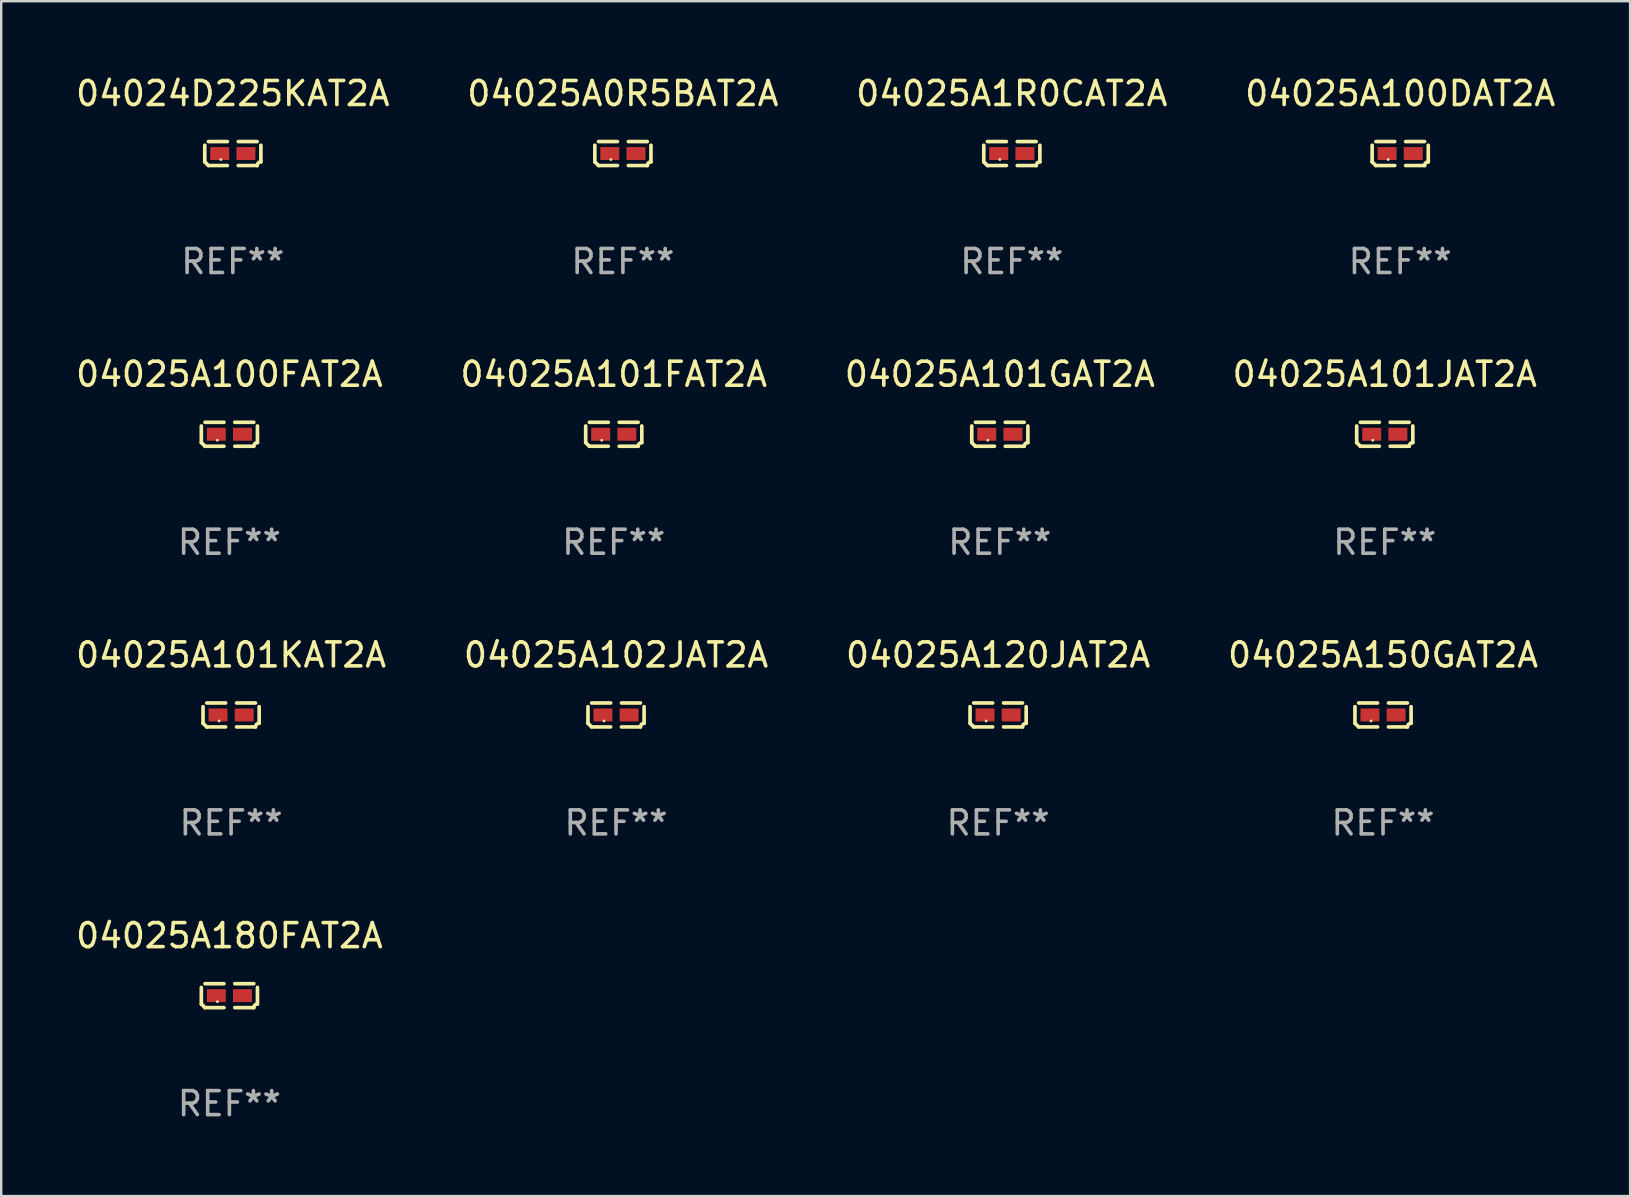
<source format=kicad_pcb>
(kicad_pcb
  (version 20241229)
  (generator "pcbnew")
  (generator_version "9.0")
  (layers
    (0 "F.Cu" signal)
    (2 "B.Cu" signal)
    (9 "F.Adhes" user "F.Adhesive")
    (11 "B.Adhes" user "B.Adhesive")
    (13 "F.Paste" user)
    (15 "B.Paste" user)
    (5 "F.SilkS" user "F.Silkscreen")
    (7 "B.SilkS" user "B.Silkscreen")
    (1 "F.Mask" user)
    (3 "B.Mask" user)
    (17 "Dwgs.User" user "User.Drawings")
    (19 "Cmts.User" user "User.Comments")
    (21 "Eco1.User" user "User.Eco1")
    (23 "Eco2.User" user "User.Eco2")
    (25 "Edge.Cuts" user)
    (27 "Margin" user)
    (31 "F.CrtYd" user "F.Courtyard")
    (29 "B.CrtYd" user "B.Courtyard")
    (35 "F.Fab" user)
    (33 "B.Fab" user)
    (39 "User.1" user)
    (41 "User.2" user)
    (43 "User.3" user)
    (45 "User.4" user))
  (footprint "04025A101JAT2A"
    (layer "F.Cu")
    (at 54.637 15.041)
    (property "Reference" "04025A101JAT2A" (at 0 -2.499 0) (layer "F.SilkS") (effects (font (size 1 1) (thickness 0.15))))
    (attr through_hole)
    (fp_line (start -1.169 0.346) (end -1.169 -0.346) (stroke (width 0.152) (type solid)) (layer "F.SilkS"))
    (fp_line (start -1.016 -0.499) (end -0.226 -0.499) (stroke (width 0.152) (type solid)) (layer "F.SilkS"))
    (fp_line (start -0.226 0.499) (end -1.016 0.499) (stroke (width 0.152) (type solid)) (layer "F.SilkS"))
    (fp_line (start 0.226 0.499) (end 1.016 0.499) (stroke (width 0.152) (type solid)) (layer "F.SilkS"))
    (fp_line (start 1.016 -0.499) (end 0.226 -0.499) (stroke (width 0.152) (type solid)) (layer "F.SilkS"))
    (fp_line (start 1.169 0.346) (end 1.169 -0.346) (stroke (width 0.152) (type solid)) (layer "F.SilkS"))
    (fp_arc (start -1.016307 0.498603) (mid -1.092512 0.422405) (end -1.16871 0.3462) (stroke (width 0.1524) (type solid)) (layer "F.SilkS"))
    (fp_arc (start 1.016307 0.498603) (mid 1.060899 0.390758) (end 1.168707 0.346076) (stroke (width 0.1524) (type solid)) (layer "F.SilkS"))
    (fp_circle (center -0.5 0.25) (end -0.47 0.25) (stroke (width 0.06) (type solid)) (fill no) (layer "F.SilkS"))
    (fp_text user "REF**" (at 0 4.499 0) (layer "F.Fab") (effects (font (size 1 1) (thickness 0.15))))
    (pad "1" smd rect (at -0.545 0) (size 0.79 0.54) (layers "F.Cu" "F.Mask" "F.Paste"))
    (pad "2" smd rect (at 0.545 0) (size 0.79 0.54) (layers "F.Cu" "F.Mask" "F.Paste")))
  (footprint "04025A1R0CAT2A"
    (layer "F.Cu")
    (at 39.101 3.347)
    (property "Reference" "04025A1R0CAT2A" (at 0 -2.499 0) (layer "F.SilkS") (effects (font (size 1 1) (thickness 0.15))))
    (attr through_hole)
    (fp_line (start -1.169 0.346) (end -1.169 -0.346) (stroke (width 0.152) (type solid)) (layer "F.SilkS"))
    (fp_line (start -1.016 -0.499) (end -0.226 -0.499) (stroke (width 0.152) (type solid)) (layer "F.SilkS"))
    (fp_line (start -0.226 0.499) (end -1.016 0.499) (stroke (width 0.152) (type solid)) (layer "F.SilkS"))
    (fp_line (start 0.226 0.499) (end 1.016 0.499) (stroke (width 0.152) (type solid)) (layer "F.SilkS"))
    (fp_line (start 1.016 -0.499) (end 0.226 -0.499) (stroke (width 0.152) (type solid)) (layer "F.SilkS"))
    (fp_line (start 1.169 0.346) (end 1.169 -0.346) (stroke (width 0.152) (type solid)) (layer "F.SilkS"))
    (fp_arc (start -1.016307 0.498603) (mid -1.092512 0.422405) (end -1.16871 0.3462) (stroke (width 0.1524) (type solid)) (layer "F.SilkS"))
    (fp_arc (start 1.016307 0.498603) (mid 1.060899 0.390758) (end 1.168707 0.346076) (stroke (width 0.1524) (type solid)) (layer "F.SilkS"))
    (fp_circle (center -0.5 0.25) (end -0.47 0.25) (stroke (width 0.06) (type solid)) (fill no) (layer "F.SilkS"))
    (fp_text user "REF**" (at 0 4.499 0) (layer "F.Fab") (effects (font (size 1 1) (thickness 0.15))))
    (pad "1" smd rect (at -0.545 0) (size 0.79 0.54) (layers "F.Cu" "F.Mask" "F.Paste"))
    (pad "2" smd rect (at 0.545 0) (size 0.79 0.54) (layers "F.Cu" "F.Mask" "F.Paste")))
  (footprint "04024D225KAT2A"
    (layer "F.Cu")
    (at 6.649 3.347)
    (property "Reference" "04024D225KAT2A" (at 0 -2.499 0) (layer "F.SilkS") (effects (font (size 1 1) (thickness 0.15))))
    (attr through_hole)
    (fp_line (start -1.169 0.346) (end -1.169 -0.346) (stroke (width 0.152) (type solid)) (layer "F.SilkS"))
    (fp_line (start -1.016 -0.499) (end -0.226 -0.499) (stroke (width 0.152) (type solid)) (layer "F.SilkS"))
    (fp_line (start -0.226 0.499) (end -1.016 0.499) (stroke (width 0.152) (type solid)) (layer "F.SilkS"))
    (fp_line (start 0.226 0.499) (end 1.016 0.499) (stroke (width 0.152) (type solid)) (layer "F.SilkS"))
    (fp_line (start 1.016 -0.499) (end 0.226 -0.499) (stroke (width 0.152) (type solid)) (layer "F.SilkS"))
    (fp_line (start 1.169 0.346) (end 1.169 -0.346) (stroke (width 0.152) (type solid)) (layer "F.SilkS"))
    (fp_arc (start -1.016307 0.498603) (mid -1.092512 0.422405) (end -1.16871 0.3462) (stroke (width 0.1524) (type solid)) (layer "F.SilkS"))
    (fp_arc (start 1.016307 0.498603) (mid 1.060899 0.390758) (end 1.168707 0.346076) (stroke (width 0.1524) (type solid)) (layer "F.SilkS"))
    (fp_circle (center -0.5 0.25) (end -0.47 0.25) (stroke (width 0.06) (type solid)) (fill no) (layer "F.SilkS"))
    (fp_text user "REF**" (at 0 4.499 0) (layer "F.Fab") (effects (font (size 1 1) (thickness 0.15))))
    (pad "1" smd rect (at -0.545 0) (size 0.79 0.54) (layers "F.Cu" "F.Mask" "F.Paste"))
    (pad "2" smd rect (at 0.545 0) (size 0.79 0.54) (layers "F.Cu" "F.Mask" "F.Paste")))
  (footprint "04025A120JAT2A"
    (layer "F.Cu")
    (at 38.53 26.734)
    (property "Reference" "04025A120JAT2A" (at 0 -2.499 0) (layer "F.SilkS") (effects (font (size 1 1) (thickness 0.15))))
    (attr through_hole)
    (fp_line (start -1.169 0.346) (end -1.169 -0.346) (stroke (width 0.152) (type solid)) (layer "F.SilkS"))
    (fp_line (start -1.016 -0.499) (end -0.226 -0.499) (stroke (width 0.152) (type solid)) (layer "F.SilkS"))
    (fp_line (start -0.226 0.499) (end -1.016 0.499) (stroke (width 0.152) (type solid)) (layer "F.SilkS"))
    (fp_line (start 0.226 0.499) (end 1.016 0.499) (stroke (width 0.152) (type solid)) (layer "F.SilkS"))
    (fp_line (start 1.016 -0.499) (end 0.226 -0.499) (stroke (width 0.152) (type solid)) (layer "F.SilkS"))
    (fp_line (start 1.169 0.346) (end 1.169 -0.346) (stroke (width 0.152) (type solid)) (layer "F.SilkS"))
    (fp_arc (start -1.016307 0.498603) (mid -1.092512 0.422405) (end -1.16871 0.3462) (stroke (width 0.1524) (type solid)) (layer "F.SilkS"))
    (fp_arc (start 1.016307 0.498603) (mid 1.060899 0.390758) (end 1.168707 0.346076) (stroke (width 0.1524) (type solid)) (layer "F.SilkS"))
    (fp_circle (center -0.5 0.25) (end -0.47 0.25) (stroke (width 0.06) (type solid)) (fill no) (layer "F.SilkS"))
    (fp_text user "REF**" (at 0 4.499 0) (layer "F.Fab") (effects (font (size 1 1) (thickness 0.15))))
    (pad "1" smd rect (at -0.545 0) (size 0.79 0.54) (layers "F.Cu" "F.Mask" "F.Paste"))
    (pad "2" smd rect (at 0.545 0) (size 0.79 0.54) (layers "F.Cu" "F.Mask" "F.Paste")))
  (footprint "04025A100FAT2A"
    (layer "F.Cu")
    (at 6.506 15.041)
    (property "Reference" "04025A100FAT2A" (at 0 -2.499 0) (layer "F.SilkS") (effects (font (size 1 1) (thickness 0.15))))
    (attr through_hole)
    (fp_line (start -1.169 0.346) (end -1.169 -0.346) (stroke (width 0.152) (type solid)) (layer "F.SilkS"))
    (fp_line (start -1.016 -0.499) (end -0.226 -0.499) (stroke (width 0.152) (type solid)) (layer "F.SilkS"))
    (fp_line (start -0.226 0.499) (end -1.016 0.499) (stroke (width 0.152) (type solid)) (layer "F.SilkS"))
    (fp_line (start 0.226 0.499) (end 1.016 0.499) (stroke (width 0.152) (type solid)) (layer "F.SilkS"))
    (fp_line (start 1.016 -0.499) (end 0.226 -0.499) (stroke (width 0.152) (type solid)) (layer "F.SilkS"))
    (fp_line (start 1.169 0.346) (end 1.169 -0.346) (stroke (width 0.152) (type solid)) (layer "F.SilkS"))
    (fp_arc (start -1.016307 0.498603) (mid -1.092512 0.422405) (end -1.16871 0.3462) (stroke (width 0.1524) (type solid)) (layer "F.SilkS"))
    (fp_arc (start 1.016307 0.498603) (mid 1.060899 0.390758) (end 1.168707 0.346076) (stroke (width 0.1524) (type solid)) (layer "F.SilkS"))
    (fp_circle (center -0.5 0.25) (end -0.47 0.25) (stroke (width 0.06) (type solid)) (fill no) (layer "F.SilkS"))
    (fp_text user "REF**" (at 0 4.499 0) (layer "F.Fab") (effects (font (size 1 1) (thickness 0.15))))
    (pad "1" smd rect (at -0.545 0) (size 0.79 0.54) (layers "F.Cu" "F.Mask" "F.Paste"))
    (pad "2" smd rect (at 0.545 0) (size 0.79 0.54) (layers "F.Cu" "F.Mask" "F.Paste")))
  (footprint "04025A101FAT2A"
    (layer "F.Cu")
    (at 22.518 15.041)
    (property "Reference" "04025A101FAT2A" (at 0 -2.499 0) (layer "F.SilkS") (effects (font (size 1 1) (thickness 0.15))))
    (attr through_hole)
    (fp_line (start -1.169 0.346) (end -1.169 -0.346) (stroke (width 0.152) (type solid)) (layer "F.SilkS"))
    (fp_line (start -1.016 -0.499) (end -0.226 -0.499) (stroke (width 0.152) (type solid)) (layer "F.SilkS"))
    (fp_line (start -0.226 0.499) (end -1.016 0.499) (stroke (width 0.152) (type solid)) (layer "F.SilkS"))
    (fp_line (start 0.226 0.499) (end 1.016 0.499) (stroke (width 0.152) (type solid)) (layer "F.SilkS"))
    (fp_line (start 1.016 -0.499) (end 0.226 -0.499) (stroke (width 0.152) (type solid)) (layer "F.SilkS"))
    (fp_line (start 1.169 0.346) (end 1.169 -0.346) (stroke (width 0.152) (type solid)) (layer "F.SilkS"))
    (fp_arc (start -1.016307 0.498603) (mid -1.092512 0.422405) (end -1.16871 0.3462) (stroke (width 0.1524) (type solid)) (layer "F.SilkS"))
    (fp_arc (start 1.016307 0.498603) (mid 1.060899 0.390758) (end 1.168707 0.346076) (stroke (width 0.1524) (type solid)) (layer "F.SilkS"))
    (fp_circle (center -0.5 0.25) (end -0.47 0.25) (stroke (width 0.06) (type solid)) (fill no) (layer "F.SilkS"))
    (fp_text user "REF**" (at 0 4.499 0) (layer "F.Fab") (effects (font (size 1 1) (thickness 0.15))))
    (pad "1" smd rect (at -0.545 0) (size 0.79 0.54) (layers "F.Cu" "F.Mask" "F.Paste"))
    (pad "2" smd rect (at 0.545 0) (size 0.79 0.54) (layers "F.Cu" "F.Mask" "F.Paste")))
  (footprint "04025A101GAT2A"
    (layer "F.Cu")
    (at 38.601 15.041)
    (property "Reference" "04025A101GAT2A" (at 0 -2.499 0) (layer "F.SilkS") (effects (font (size 1 1) (thickness 0.15))))
    (attr through_hole)
    (fp_line (start -1.169 0.346) (end -1.169 -0.346) (stroke (width 0.152) (type solid)) (layer "F.SilkS"))
    (fp_line (start -1.016 -0.499) (end -0.226 -0.499) (stroke (width 0.152) (type solid)) (layer "F.SilkS"))
    (fp_line (start -0.226 0.499) (end -1.016 0.499) (stroke (width 0.152) (type solid)) (layer "F.SilkS"))
    (fp_line (start 0.226 0.499) (end 1.016 0.499) (stroke (width 0.152) (type solid)) (layer "F.SilkS"))
    (fp_line (start 1.016 -0.499) (end 0.226 -0.499) (stroke (width 0.152) (type solid)) (layer "F.SilkS"))
    (fp_line (start 1.169 0.346) (end 1.169 -0.346) (stroke (width 0.152) (type solid)) (layer "F.SilkS"))
    (fp_arc (start -1.016307 0.498603) (mid -1.092512 0.422405) (end -1.16871 0.3462) (stroke (width 0.1524) (type solid)) (layer "F.SilkS"))
    (fp_arc (start 1.016307 0.498603) (mid 1.060899 0.390758) (end 1.168707 0.346076) (stroke (width 0.1524) (type solid)) (layer "F.SilkS"))
    (fp_circle (center -0.5 0.25) (end -0.47 0.25) (stroke (width 0.06) (type solid)) (fill no) (layer "F.SilkS"))
    (fp_text user "REF**" (at 0 4.499 0) (layer "F.Fab") (effects (font (size 1 1) (thickness 0.15))))
    (pad "1" smd rect (at -0.545 0) (size 0.79 0.54) (layers "F.Cu" "F.Mask" "F.Paste"))
    (pad "2" smd rect (at 0.545 0) (size 0.79 0.54) (layers "F.Cu" "F.Mask" "F.Paste")))
  (footprint "04025A150GAT2A"
    (layer "F.Cu")
    (at 54.565 26.734)
    (property "Reference" "04025A150GAT2A" (at 0 -2.499 0) (layer "F.SilkS") (effects (font (size 1 1) (thickness 0.15))))
    (attr through_hole)
    (fp_line (start -1.169 0.346) (end -1.169 -0.346) (stroke (width 0.152) (type solid)) (layer "F.SilkS"))
    (fp_line (start -1.016 -0.499) (end -0.226 -0.499) (stroke (width 0.152) (type solid)) (layer "F.SilkS"))
    (fp_line (start -0.226 0.499) (end -1.016 0.499) (stroke (width 0.152) (type solid)) (layer "F.SilkS"))
    (fp_line (start 0.226 0.499) (end 1.016 0.499) (stroke (width 0.152) (type solid)) (layer "F.SilkS"))
    (fp_line (start 1.016 -0.499) (end 0.226 -0.499) (stroke (width 0.152) (type solid)) (layer "F.SilkS"))
    (fp_line (start 1.169 0.346) (end 1.169 -0.346) (stroke (width 0.152) (type solid)) (layer "F.SilkS"))
    (fp_arc (start -1.016307 0.498603) (mid -1.092512 0.422405) (end -1.16871 0.3462) (stroke (width 0.1524) (type solid)) (layer "F.SilkS"))
    (fp_arc (start 1.016307 0.498603) (mid 1.060899 0.390758) (end 1.168707 0.346076) (stroke (width 0.1524) (type solid)) (layer "F.SilkS"))
    (fp_circle (center -0.5 0.25) (end -0.47 0.25) (stroke (width 0.06) (type solid)) (fill no) (layer "F.SilkS"))
    (fp_text user "REF**" (at 0 4.499 0) (layer "F.Fab") (effects (font (size 1 1) (thickness 0.15))))
    (pad "1" smd rect (at -0.545 0) (size 0.79 0.54) (layers "F.Cu" "F.Mask" "F.Paste"))
    (pad "2" smd rect (at 0.545 0) (size 0.79 0.54) (layers "F.Cu" "F.Mask" "F.Paste")))
  (footprint "04025A180FAT2A"
    (layer "F.Cu")
    (at 6.506 38.428)
    (property "Reference" "04025A180FAT2A" (at 0 -2.499 0) (layer "F.SilkS") (effects (font (size 1 1) (thickness 0.15))))
    (attr through_hole)
    (fp_line (start -1.169 0.346) (end -1.169 -0.346) (stroke (width 0.152) (type solid)) (layer "F.SilkS"))
    (fp_line (start -1.016 -0.499) (end -0.226 -0.499) (stroke (width 0.152) (type solid)) (layer "F.SilkS"))
    (fp_line (start -0.226 0.499) (end -1.016 0.499) (stroke (width 0.152) (type solid)) (layer "F.SilkS"))
    (fp_line (start 0.226 0.499) (end 1.016 0.499) (stroke (width 0.152) (type solid)) (layer "F.SilkS"))
    (fp_line (start 1.016 -0.499) (end 0.226 -0.499) (stroke (width 0.152) (type solid)) (layer "F.SilkS"))
    (fp_line (start 1.169 0.346) (end 1.169 -0.346) (stroke (width 0.152) (type solid)) (layer "F.SilkS"))
    (fp_arc (start -1.016307 0.498603) (mid -1.092512 0.422405) (end -1.16871 0.3462) (stroke (width 0.1524) (type solid)) (layer "F.SilkS"))
    (fp_arc (start 1.016307 0.498603) (mid 1.060899 0.390758) (end 1.168707 0.346076) (stroke (width 0.1524) (type solid)) (layer "F.SilkS"))
    (fp_circle (center -0.5 0.25) (end -0.47 0.25) (stroke (width 0.06) (type solid)) (fill no) (layer "F.SilkS"))
    (fp_text user "REF**" (at 0 4.499 0) (layer "F.Fab") (effects (font (size 1 1) (thickness 0.15))))
    (pad "1" smd rect (at -0.545 0) (size 0.79 0.54) (layers "F.Cu" "F.Mask" "F.Paste"))
    (pad "2" smd rect (at 0.545 0) (size 0.79 0.54) (layers "F.Cu" "F.Mask" "F.Paste")))
  (footprint "04025A102JAT2A"
    (layer "F.Cu")
    (at 22.613 26.734)
    (property "Reference" "04025A102JAT2A" (at 0 -2.499 0) (layer "F.SilkS") (effects (font (size 1 1) (thickness 0.15))))
    (attr through_hole)
    (fp_line (start -1.169 0.346) (end -1.169 -0.346) (stroke (width 0.152) (type solid)) (layer "F.SilkS"))
    (fp_line (start -1.016 -0.499) (end -0.226 -0.499) (stroke (width 0.152) (type solid)) (layer "F.SilkS"))
    (fp_line (start -0.226 0.499) (end -1.016 0.499) (stroke (width 0.152) (type solid)) (layer "F.SilkS"))
    (fp_line (start 0.226 0.499) (end 1.016 0.499) (stroke (width 0.152) (type solid)) (layer "F.SilkS"))
    (fp_line (start 1.016 -0.499) (end 0.226 -0.499) (stroke (width 0.152) (type solid)) (layer "F.SilkS"))
    (fp_line (start 1.169 0.346) (end 1.169 -0.346) (stroke (width 0.152) (type solid)) (layer "F.SilkS"))
    (fp_arc (start -1.016307 0.498603) (mid -1.092512 0.422405) (end -1.16871 0.3462) (stroke (width 0.1524) (type solid)) (layer "F.SilkS"))
    (fp_arc (start 1.016307 0.498603) (mid 1.060899 0.390758) (end 1.168707 0.346076) (stroke (width 0.1524) (type solid)) (layer "F.SilkS"))
    (fp_circle (center -0.5 0.25) (end -0.47 0.25) (stroke (width 0.06) (type solid)) (fill no) (layer "F.SilkS"))
    (fp_text user "REF**" (at 0 4.499 0) (layer "F.Fab") (effects (font (size 1 1) (thickness 0.15))))
    (pad "1" smd rect (at -0.545 0) (size 0.79 0.54) (layers "F.Cu" "F.Mask" "F.Paste"))
    (pad "2" smd rect (at 0.545 0) (size 0.79 0.54) (layers "F.Cu" "F.Mask" "F.Paste")))
  (footprint "04025A101KAT2A"
    (layer "F.Cu")
    (at 6.577 26.734)
    (property "Reference" "04025A101KAT2A" (at 0 -2.499 0) (layer "F.SilkS") (effects (font (size 1 1) (thickness 0.15))))
    (attr through_hole)
    (fp_line (start -1.169 0.346) (end -1.169 -0.346) (stroke (width 0.152) (type solid)) (layer "F.SilkS"))
    (fp_line (start -1.016 -0.499) (end -0.226 -0.499) (stroke (width 0.152) (type solid)) (layer "F.SilkS"))
    (fp_line (start -0.226 0.499) (end -1.016 0.499) (stroke (width 0.152) (type solid)) (layer "F.SilkS"))
    (fp_line (start 0.226 0.499) (end 1.016 0.499) (stroke (width 0.152) (type solid)) (layer "F.SilkS"))
    (fp_line (start 1.016 -0.499) (end 0.226 -0.499) (stroke (width 0.152) (type solid)) (layer "F.SilkS"))
    (fp_line (start 1.169 0.346) (end 1.169 -0.346) (stroke (width 0.152) (type solid)) (layer "F.SilkS"))
    (fp_arc (start -1.016307 0.498603) (mid -1.092512 0.422405) (end -1.16871 0.3462) (stroke (width 0.1524) (type solid)) (layer "F.SilkS"))
    (fp_arc (start 1.016307 0.498603) (mid 1.060899 0.390758) (end 1.168707 0.346076) (stroke (width 0.1524) (type solid)) (layer "F.SilkS"))
    (fp_circle (center -0.5 0.25) (end -0.47 0.25) (stroke (width 0.06) (type solid)) (fill no) (layer "F.SilkS"))
    (fp_text user "REF**" (at 0 4.499 0) (layer "F.Fab") (effects (font (size 1 1) (thickness 0.15))))
    (pad "1" smd rect (at -0.545 0) (size 0.79 0.54) (layers "F.Cu" "F.Mask" "F.Paste"))
    (pad "2" smd rect (at 0.545 0) (size 0.79 0.54) (layers "F.Cu" "F.Mask" "F.Paste")))
  (footprint "04025A100DAT2A"
    (layer "F.Cu")
    (at 55.28 3.347)
    (property "Reference" "04025A100DAT2A" (at 0 -2.499 0) (layer "F.SilkS") (effects (font (size 1 1) (thickness 0.15))))
    (attr through_hole)
    (fp_line (start -1.169 0.346) (end -1.169 -0.346) (stroke (width 0.152) (type solid)) (layer "F.SilkS"))
    (fp_line (start -1.016 -0.499) (end -0.226 -0.499) (stroke (width 0.152) (type solid)) (layer "F.SilkS"))
    (fp_line (start -0.226 0.499) (end -1.016 0.499) (stroke (width 0.152) (type solid)) (layer "F.SilkS"))
    (fp_line (start 0.226 0.499) (end 1.016 0.499) (stroke (width 0.152) (type solid)) (layer "F.SilkS"))
    (fp_line (start 1.016 -0.499) (end 0.226 -0.499) (stroke (width 0.152) (type solid)) (layer "F.SilkS"))
    (fp_line (start 1.169 0.346) (end 1.169 -0.346) (stroke (width 0.152) (type solid)) (layer "F.SilkS"))
    (fp_arc (start -1.016307 0.498603) (mid -1.092512 0.422405) (end -1.16871 0.3462) (stroke (width 0.1524) (type solid)) (layer "F.SilkS"))
    (fp_arc (start 1.016307 0.498603) (mid 1.060899 0.390758) (end 1.168707 0.346076) (stroke (width 0.1524) (type solid)) (layer "F.SilkS"))
    (fp_circle (center -0.5 0.25) (end -0.47 0.25) (stroke (width 0.06) (type solid)) (fill no) (layer "F.SilkS"))
    (fp_text user "REF**" (at 0 4.499 0) (layer "F.Fab") (effects (font (size 1 1) (thickness 0.15))))
    (pad "1" smd rect (at -0.545 0) (size 0.79 0.54) (layers "F.Cu" "F.Mask" "F.Paste"))
    (pad "2" smd rect (at 0.545 0) (size 0.79 0.54) (layers "F.Cu" "F.Mask" "F.Paste")))
  (footprint "04025A0R5BAT2A"
    (layer "F.Cu")
    (at 22.899 3.347)
    (property "Reference" "04025A0R5BAT2A" (at 0 -2.499 0) (layer "F.SilkS") (effects (font (size 1 1) (thickness 0.15))))
    (attr through_hole)
    (fp_line (start -1.169 0.346) (end -1.169 -0.346) (stroke (width 0.152) (type solid)) (layer "F.SilkS"))
    (fp_line (start -1.016 -0.499) (end -0.226 -0.499) (stroke (width 0.152) (type solid)) (layer "F.SilkS"))
    (fp_line (start -0.226 0.499) (end -1.016 0.499) (stroke (width 0.152) (type solid)) (layer "F.SilkS"))
    (fp_line (start 0.226 0.499) (end 1.016 0.499) (stroke (width 0.152) (type solid)) (layer "F.SilkS"))
    (fp_line (start 1.016 -0.499) (end 0.226 -0.499) (stroke (width 0.152) (type solid)) (layer "F.SilkS"))
    (fp_line (start 1.169 0.346) (end 1.169 -0.346) (stroke (width 0.152) (type solid)) (layer "F.SilkS"))
    (fp_arc (start -1.016307 0.498603) (mid -1.092512 0.422405) (end -1.16871 0.3462) (stroke (width 0.1524) (type solid)) (layer "F.SilkS"))
    (fp_arc (start 1.016307 0.498603) (mid 1.060899 0.390758) (end 1.168707 0.346076) (stroke (width 0.1524) (type solid)) (layer "F.SilkS"))
    (fp_circle (center -0.5 0.25) (end -0.47 0.25) (stroke (width 0.06) (type solid)) (fill no) (layer "F.SilkS"))
    (fp_text user "REF**" (at 0 4.499 0) (layer "F.Fab") (effects (font (size 1 1) (thickness 0.15))))
    (pad "1" smd rect (at -0.545 0) (size 0.79 0.54) (layers "F.Cu" "F.Mask" "F.Paste"))
    (pad "2" smd rect (at 0.545 0) (size 0.79 0.54) (layers "F.Cu" "F.Mask" "F.Paste")))
  (gr_rect
    (start -3 -3)
    (end 64.857 46.775)
    (stroke (width 0.1) (type default))
    (fill no)
    (layer "Edge.Cuts")))
</source>
